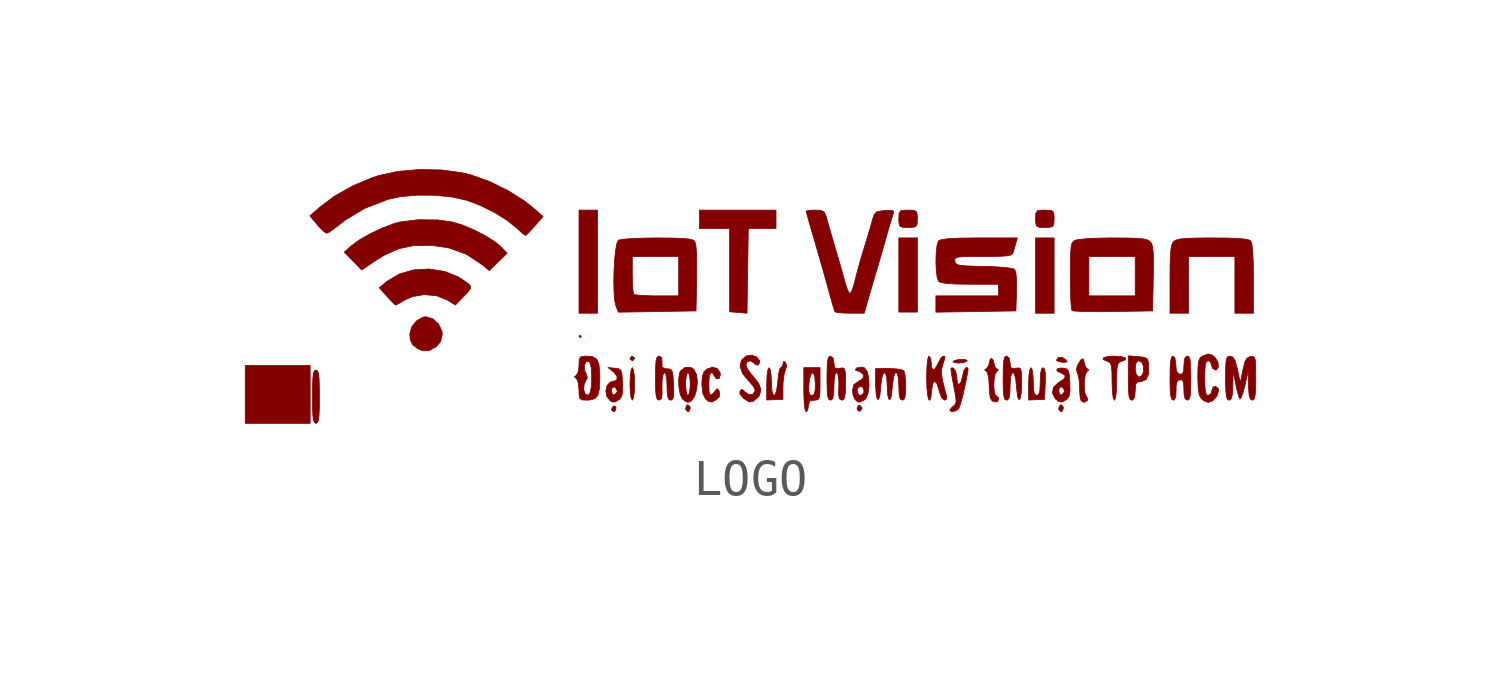
<source format=kicad_sym>
(kicad_symbol_lib
  (version 20210619)
  (generator bitmap2component)
  (symbol "LOGO"
    (pin_names
      (offset 1.016))
    (property "Reference" "#G"
      (at 0 3.095 0)
      (effects (font (size 1.27 1.27)) hide))
    (symbol "LOGO_0_0"
      (polyline (pts (xy -12.218 -1.736) (xy -14.018 -1.736) (xy -14.018 -3.344) (xy -12.218 -3.344) (xy -12.218 -1.736)) (stroke (width 0.01)) (fill (type outline)))
      (polyline (pts (xy -12.023 -3.332) (xy -11.992 -3.273) (xy -11.973 -3.145) (xy -11.963 -2.929) (xy -11.96 -2.604) (xy -11.962 -2.341) (xy -11.97 -2.103) (xy -11.986 -1.957) (xy -12.015 -1.885) (xy -12.057 -1.865) (xy -12.091 -1.876) (xy -12.122 -1.936) (xy -12.141 -2.063) (xy -12.151 -2.28) (xy -12.153 -2.604) (xy -12.152 -2.868) (xy -12.144 -3.106) (xy -12.127 -3.251) (xy -12.099 -3.324) (xy -12.057 -3.344) (xy -12.023 -3.332)) (stroke (width 0.01)) (fill (type outline)))
      (polyline (pts (xy -3.763 -3.01) (xy -3.73 -2.922) (xy -3.739 -2.876) (xy -3.794 -2.861) (xy -3.812 -2.875) (xy -3.858 -2.962) (xy -3.856 -2.976) (xy -3.794 -3.022) (xy -3.763 -3.01)) (stroke (width 0.01)) (fill (type outline)))
      (polyline (pts (xy -1.707 -3.011) (xy -1.672 -2.926) (xy -1.679 -2.881) (xy -1.736 -2.829) (xy -1.766 -2.84) (xy -1.8 -2.926) (xy -1.793 -2.97) (xy -1.736 -3.022) (xy -1.707 -3.011)) (stroke (width 0.01)) (fill (type outline)))
      (polyline (pts (xy 1.586 -2.982) (xy 1.608 -2.861) (xy 1.608 -2.832) (xy 1.646 -2.727) (xy 1.768 -2.701) (xy 1.811 -2.7) (xy 1.878 -2.682) (xy 1.913 -2.62) (xy 1.927 -2.486) (xy 1.929 -2.251) (xy 1.929 -1.8) (xy 1.479 -1.8) (xy 1.479 -2.411) (xy 1.479 -2.461) (xy 1.617 -2.461) (xy 1.62 -2.272) (xy 1.64 -2.108) (xy 1.686 -1.968) (xy 1.739 -1.943) (xy 1.782 -2.034) (xy 1.8 -2.245) (xy 1.793 -2.432) (xy 1.762 -2.541) (xy 1.7 -2.572) (xy 1.645 -2.551) (xy 1.617 -2.461) (xy 1.479 -2.461) (xy 1.48 -2.533) (xy 1.491 -2.792) (xy 1.513 -2.961) (xy 1.543 -3.022) (xy 1.586 -2.982)) (stroke (width 0.01)) (fill (type outline)))
      (polyline (pts (xy 3.046 -3.001) (xy 3.096 -2.926) (xy 3.094 -2.908) (xy 3.027 -2.842) (xy 2.991 -2.846) (xy 2.958 -2.926) (xy 2.968 -2.979) (xy 3.027 -3.01) (xy 3.046 -3.001)) (stroke (width 0.01)) (fill (type outline)))
      (polyline (pts (xy 5.682 -3.004) (xy 5.772 -2.942) (xy 5.78 -2.929) (xy 5.827 -2.808) (xy 5.884 -2.604) (xy 5.941 -2.356) (xy 5.972 -2.206) (xy 6.014 -1.995) (xy 6.035 -1.873) (xy 6.035 -1.817) (xy 6.016 -1.8) (xy 5.981 -1.8) (xy 5.966 -1.807) (xy 5.916 -1.896) (xy 5.877 -2.057) (xy 5.842 -2.198) (xy 5.788 -2.271) (xy 5.742 -2.225) (xy 5.723 -2.058) (xy 5.722 -2.032) (xy 5.69 -1.894) (xy 5.629 -1.807) (xy 5.563 -1.81) (xy 5.561 -1.815) (xy 5.567 -1.904) (xy 5.595 -2.08) (xy 5.639 -2.311) (xy 5.657 -2.398) (xy 5.695 -2.612) (xy 5.705 -2.741) (xy 5.684 -2.814) (xy 5.633 -2.864) (xy 5.575 -2.914) (xy 5.53 -2.981) (xy 5.53 -2.986) (xy 5.582 -3.022) (xy 5.682 -3.004)) (stroke (width 0.01)) (fill (type outline)))
      (polyline (pts (xy 8.646 -3.011) (xy 8.681 -2.926) (xy 8.674 -2.881) (xy 8.617 -2.829) (xy 8.587 -2.84) (xy 8.552 -2.926) (xy 8.56 -2.97) (xy 8.617 -3.022) (xy 8.646 -3.011)) (stroke (width 0.01)) (fill (type outline)))
      (polyline (pts (xy -3.642 -2.683) (xy -3.628 -2.672) (xy -3.57 -2.589) (xy -3.546 -2.449) (xy -3.549 -2.217) (xy -3.551 -2.183) (xy -3.566 -1.984) (xy -3.595 -1.877) (xy -3.654 -1.831) (xy -3.762 -1.814) (xy -3.955 -1.796) (xy -3.801 -1.918) (xy -3.781 -1.935) (xy -3.698 -2.053) (xy -3.714 -2.147) (xy -3.828 -2.186) (xy -3.888 -2.199) (xy -3.978 -2.292) (xy -4.013 -2.44) (xy -4.012 -2.443) (xy -3.858 -2.443) (xy -3.842 -2.361) (xy -3.778 -2.331) (xy -3.748 -2.347) (xy -3.697 -2.443) (xy -3.703 -2.477) (xy -3.778 -2.556) (xy -3.829 -2.546) (xy -3.858 -2.443) (xy -4.012 -2.443) (xy -3.987 -2.596) (xy -3.895 -2.716) (xy -3.844 -2.747) (xy -3.759 -2.754) (xy -3.642 -2.683)) (stroke (width 0.01)) (fill (type outline)))
      (polyline (pts (xy -1.641 -2.725) (xy -1.55 -2.591) (xy -1.492 -2.398) (xy -1.473 -2.183) (xy -1.499 -1.985) (xy -1.577 -1.84) (xy -1.661 -1.789) (xy -1.815 -1.793) (xy -1.944 -1.892) (xy -1.97 -1.951) (xy -1.994 -2.129) (xy -1.99 -2.251) (xy -1.8 -2.251) (xy -1.796 -2.135) (xy -1.773 -1.987) (xy -1.736 -1.929) (xy -1.713 -1.951) (xy -1.683 -2.067) (xy -1.672 -2.251) (xy -1.676 -2.366) (xy -1.7 -2.514) (xy -1.736 -2.572) (xy -1.759 -2.55) (xy -1.789 -2.434) (xy -1.8 -2.251) (xy -1.99 -2.251) (xy -1.986 -2.343) (xy -1.951 -2.54) (xy -1.892 -2.664) (xy -1.821 -2.724) (xy -1.736 -2.765) (xy -1.641 -2.725)) (stroke (width 0.01)) (fill (type outline)))
      (polyline (pts (xy -0.934 -2.678) (xy -0.864 -2.603) (xy -0.862 -2.469) (xy -0.884 -2.417) (xy -0.925 -2.383) (xy -0.992 -2.46) (xy -1.061 -2.54) (xy -1.119 -2.556) (xy -1.149 -2.463) (xy -1.157 -2.251) (xy -1.148 -2.081) (xy -1.114 -1.954) (xy -1.064 -1.932) (xy -1.006 -2.026) (xy -0.946 -2.108) (xy -0.871 -2.103) (xy -0.836 -1.996) (xy -0.84 -1.949) (xy -0.916 -1.827) (xy -1.054 -1.785) (xy -1.212 -1.839) (xy -1.286 -1.909) (xy -1.337 -2.038) (xy -1.35 -2.25) (xy -1.35 -2.267) (xy -1.322 -2.514) (xy -1.249 -2.664) (xy -1.165 -2.737) (xy -1.066 -2.754) (xy -0.934 -2.678)) (stroke (width 0.01)) (fill (type outline)))
      (polyline (pts (xy 0.067 -2.74) (xy 0.196 -2.633) (xy 0.243 -2.579) (xy 0.292 -2.424) (xy 0.232 -2.243) (xy 0.057 -2.022) (xy 0.018 -1.978) (xy -0.087 -1.83) (xy -0.129 -1.717) (xy -0.089 -1.633) (xy 0.006 -1.61) (xy 0.096 -1.672) (xy 0.136 -1.716) (xy 0.218 -1.726) (xy 0.257 -1.642) (xy 0.251 -1.602) (xy 0.167 -1.5) (xy 0.026 -1.45) (xy -0.121 -1.475) (xy -0.251 -1.591) (xy -0.29 -1.764) (xy -0.218 -1.966) (xy -0.039 -2.181) (xy -0.022 -2.197) (xy 0.085 -2.325) (xy 0.129 -2.425) (xy 0.126 -2.45) (xy 0.063 -2.535) (xy -0.048 -2.546) (xy -0.154 -2.474) (xy -0.16 -2.465) (xy -0.233 -2.4) (xy -0.29 -2.444) (xy -0.296 -2.526) (xy -0.196 -2.647) (xy -0.179 -2.661) (xy -0.04 -2.749) (xy 0.067 -2.74)) (stroke (width 0.01)) (fill (type outline)))
      (polyline (pts (xy 3.155 -2.699) (xy 3.195 -2.663) (xy 3.26 -2.517) (xy 3.289 -2.313) (xy 3.283 -2.096) (xy 3.241 -1.913) (xy 3.163 -1.807) (xy 3.098 -1.783) (xy 2.954 -1.805) (xy 2.933 -1.82) (xy 2.912 -1.866) (xy 3.006 -1.904) (xy 3.046 -1.918) (xy 3.139 -1.999) (xy 3.12 -2.099) (xy 2.99 -2.186) (xy 2.866 -2.272) (xy 2.829 -2.429) (xy 2.831 -2.443) (xy 2.958 -2.443) (xy 2.976 -2.369) (xy 3.054 -2.315) (xy 3.111 -2.339) (xy 3.151 -2.443) (xy 3.133 -2.518) (xy 3.054 -2.572) (xy 2.998 -2.548) (xy 2.958 -2.443) (xy 2.831 -2.443) (xy 2.849 -2.57) (xy 2.906 -2.688) (xy 2.973 -2.747) (xy 3.039 -2.755) (xy 3.155 -2.699)) (stroke (width 0.01)) (fill (type outline)))
      (polyline (pts (xy 6.88 -2.669) (xy 6.873 -2.624) (xy 6.816 -2.572) (xy 6.795 -2.561) (xy 6.763 -2.463) (xy 6.752 -2.304) (xy 6.76 -2.127) (xy 6.787 -1.978) (xy 6.832 -1.902) (xy 6.88 -1.869) (xy 6.832 -1.827) (xy 6.789 -1.788) (xy 6.752 -1.667) (xy 6.741 -1.597) (xy 6.688 -1.543) (xy 6.651 -1.565) (xy 6.623 -1.667) (xy 6.611 -1.739) (xy 6.543 -1.827) (xy 6.496 -1.86) (xy 6.543 -1.902) (xy 6.569 -1.929) (xy 6.609 -2.071) (xy 6.623 -2.315) (xy 6.626 -2.436) (xy 6.652 -2.636) (xy 6.704 -2.722) (xy 6.765 -2.745) (xy 6.856 -2.748) (xy 6.88 -2.669)) (stroke (width 0.01)) (fill (type outline)))
      (polyline (pts (xy 8.769 -2.683) (xy 8.783 -2.672) (xy 8.841 -2.589) (xy 8.865 -2.449) (xy 8.861 -2.217) (xy 8.861 -2.212) (xy 8.846 -2) (xy 8.819 -1.884) (xy 8.764 -1.832) (xy 8.665 -1.812) (xy 8.608 -1.809) (xy 8.505 -1.835) (xy 8.504 -1.892) (xy 8.617 -1.948) (xy 8.636 -1.953) (xy 8.734 -2.018) (xy 8.71 -2.104) (xy 8.569 -2.2) (xy 8.543 -2.213) (xy 8.407 -2.344) (xy 8.387 -2.443) (xy 8.552 -2.443) (xy 8.568 -2.361) (xy 8.633 -2.331) (xy 8.662 -2.347) (xy 8.713 -2.443) (xy 8.707 -2.477) (xy 8.633 -2.556) (xy 8.582 -2.546) (xy 8.552 -2.443) (xy 8.387 -2.443) (xy 8.375 -2.505) (xy 8.457 -2.661) (xy 8.538 -2.732) (xy 8.639 -2.756) (xy 8.769 -2.683)) (stroke (width 0.01)) (fill (type outline)))
      (polyline (pts (xy 9.353 -2.705) (xy 9.362 -2.682) (xy 9.325 -2.605) (xy 9.319 -2.6) (xy 9.278 -2.502) (xy 9.261 -2.333) (xy 9.266 -2.144) (xy 9.293 -1.984) (xy 9.34 -1.902) (xy 9.387 -1.869) (xy 9.34 -1.827) (xy 9.297 -1.788) (xy 9.26 -1.667) (xy 9.259 -1.64) (xy 9.229 -1.553) (xy 9.166 -1.58) (xy 9.083 -1.717) (xy 9.041 -1.84) (xy 9.067 -1.955) (xy 9.089 -1.998) (xy 9.119 -2.148) (xy 9.131 -2.349) (xy 9.134 -2.47) (xy 9.149 -2.638) (xy 9.174 -2.722) (xy 9.26 -2.763) (xy 9.353 -2.705)) (stroke (width 0.01)) (fill (type outline)))
      (polyline (pts (xy 12.827 -2.716) (xy 12.941 -2.59) (xy 12.989 -2.439) (xy 12.972 -2.368) (xy 12.893 -2.315) (xy 12.837 -2.339) (xy 12.796 -2.443) (xy 12.778 -2.518) (xy 12.7 -2.572) (xy 12.663 -2.561) (xy 12.627 -2.494) (xy 12.609 -2.344) (xy 12.604 -2.09) (xy 12.606 -1.905) (xy 12.619 -1.724) (xy 12.649 -1.633) (xy 12.7 -1.608) (xy 12.756 -1.631) (xy 12.796 -1.736) (xy 12.814 -1.811) (xy 12.893 -1.865) (xy 12.936 -1.854) (xy 12.984 -1.771) (xy 12.968 -1.643) (xy 12.888 -1.516) (xy 12.816 -1.453) (xy 12.695 -1.421) (xy 12.535 -1.481) (xy 12.529 -1.484) (xy 12.468 -1.537) (xy 12.432 -1.631) (xy 12.415 -1.794) (xy 12.411 -2.055) (xy 12.411 -2.123) (xy 12.423 -2.393) (xy 12.455 -2.565) (xy 12.512 -2.664) (xy 12.587 -2.723) (xy 12.7 -2.765) (xy 12.827 -2.716)) (stroke (width 0.01)) (fill (type outline)))
      (polyline (pts (xy -4.459 -2.697) (xy -4.317 -2.659) (xy -4.232 -2.56) (xy -4.191 -2.377) (xy -4.18 -2.09) (xy -4.182 -1.945) (xy -4.205 -1.708) (xy -4.264 -1.566) (xy -4.374 -1.497) (xy -4.546 -1.479) (xy -4.596 -1.479) (xy -4.707 -1.497) (xy -4.751 -1.568) (xy -4.758 -1.731) (xy -4.76 -1.779) (xy -4.787 -1.937) (xy -4.839 -2.02) (xy -4.886 -2.053) (xy -4.839 -2.095) (xy -4.821 -2.11) (xy -4.776 -2.227) (xy -4.758 -2.417) (xy -4.627 -2.417) (xy -4.617 -2.262) (xy -4.56 -2.142) (xy -4.525 -2.073) (xy -4.571 -1.945) (xy -4.601 -1.879) (xy -4.613 -1.745) (xy -4.57 -1.644) (xy -4.485 -1.624) (xy -4.453 -1.657) (xy -4.417 -1.811) (xy -4.405 -2.09) (xy -4.41 -2.27) (xy -4.441 -2.478) (xy -4.5 -2.566) (xy -4.586 -2.531) (xy -4.586 -2.53) (xy -4.627 -2.417) (xy -4.758 -2.417) (xy -4.758 -2.417) (xy -4.757 -2.53) (xy -4.739 -2.648) (xy -4.678 -2.693) (xy -4.546 -2.701) (xy -4.459 -2.697)) (stroke (width 0.01)) (fill (type outline)))
      (polyline (pts (xy -3.247 -2.641) (xy -3.224 -2.482) (xy -3.215 -2.251) (xy -3.215 -2.25) (xy -3.224 -2.019) (xy -3.247 -1.86) (xy -3.28 -1.8) (xy -3.28 -1.8) (xy -3.313 -1.86) (xy -3.335 -2.02) (xy -3.344 -2.251) (xy -3.344 -2.251) (xy -3.335 -2.482) (xy -3.312 -2.641) (xy -3.28 -2.701) (xy -3.247 -2.641)) (stroke (width 0.01)) (fill (type outline)))
      (polyline (pts (xy -2.179 -2.693) (xy -2.143 -2.636) (xy -2.13 -2.502) (xy -2.135 -2.267) (xy -2.139 -2.187) (xy -2.153 -1.989) (xy -2.179 -1.883) (xy -2.229 -1.84) (xy -2.315 -1.831) (xy -2.379 -1.827) (xy -2.452 -1.782) (xy -2.455 -1.654) (xy -2.462 -1.52) (xy -2.535 -1.479) (xy -2.557 -1.482) (xy -2.597 -1.519) (xy -2.622 -1.618) (xy -2.633 -1.801) (xy -2.636 -2.09) (xy -2.636 -2.18) (xy -2.631 -2.441) (xy -2.615 -2.599) (xy -2.586 -2.679) (xy -2.54 -2.701) (xy -2.474 -2.666) (xy -2.452 -2.524) (xy -2.457 -2.417) (xy -2.453 -2.159) (xy -2.426 -1.99) (xy -2.379 -1.929) (xy -2.35 -1.97) (xy -2.325 -2.109) (xy -2.315 -2.315) (xy -2.315 -2.38) (xy -2.304 -2.575) (xy -2.273 -2.674) (xy -2.216 -2.701) (xy -2.179 -2.693)) (stroke (width 0.01)) (fill (type outline)))
      (polyline (pts (xy 0.675 -2.688) (xy 0.9 -2.68) (xy 0.9 -2.332) (xy 0.905 -2.201) (xy 0.93 -1.992) (xy 0.971 -1.854) (xy 1.008 -1.752) (xy 0.971 -1.652) (xy 0.92 -1.622) (xy 0.9 -1.691) (xy 0.891 -1.748) (xy 0.839 -1.8) (xy 0.811 -1.836) (xy 0.779 -1.968) (xy 0.759 -2.165) (xy 0.756 -2.202) (xy 0.725 -2.437) (xy 0.68 -2.555) (xy 0.632 -2.555) (xy 0.594 -2.434) (xy 0.579 -2.192) (xy 0.572 -2.013) (xy 0.548 -1.859) (xy 0.514 -1.8) (xy 0.481 -1.859) (xy 0.459 -2.018) (xy 0.45 -2.249) (xy 0.45 -2.697) (xy 0.675 -2.688)) (stroke (width 0.01)) (fill (type outline)))
      (polyline (pts (xy 2.575 -2.691) (xy 2.613 -2.629) (xy 2.631 -2.488) (xy 2.636 -2.243) (xy 2.636 -2.092) (xy 2.63 -1.917) (xy 2.607 -1.831) (xy 2.559 -1.806) (xy 2.476 -1.816) (xy 2.397 -1.826) (xy 2.329 -1.792) (xy 2.315 -1.663) (xy 2.295 -1.536) (xy 2.219 -1.479) (xy 2.204 -1.48) (xy 2.163 -1.515) (xy 2.138 -1.614) (xy 2.126 -1.799) (xy 2.122 -2.09) (xy 2.122 -2.178) (xy 2.128 -2.439) (xy 2.143 -2.599) (xy 2.172 -2.679) (xy 2.219 -2.701) (xy 2.23 -2.7) (xy 2.281 -2.659) (xy 2.308 -2.539) (xy 2.315 -2.315) (xy 2.322 -2.141) (xy 2.345 -1.988) (xy 2.379 -1.929) (xy 2.383 -1.929) (xy 2.431 -1.995) (xy 2.452 -2.182) (xy 2.445 -2.492) (xy 2.444 -2.526) (xy 2.463 -2.661) (xy 2.535 -2.701) (xy 2.575 -2.691)) (stroke (width 0.01)) (fill (type outline)))
      (polyline (pts (xy 4.218 -2.7) (xy 4.272 -2.665) (xy 4.3 -2.55) (xy 4.307 -2.331) (xy 4.303 -2.172) (xy 4.285 -1.99) (xy 4.259 -1.892) (xy 4.205 -1.863) (xy 4.051 -1.834) (xy 3.842 -1.823) (xy 3.472 -1.825) (xy 3.472 -2.263) (xy 3.473 -2.322) (xy 3.488 -2.553) (xy 3.519 -2.674) (xy 3.555 -2.681) (xy 3.59 -2.57) (xy 3.614 -2.336) (xy 3.616 -2.299) (xy 3.647 -2.064) (xy 3.693 -1.946) (xy 3.741 -1.947) (xy 3.779 -2.067) (xy 3.794 -2.309) (xy 3.805 -2.537) (xy 3.834 -2.67) (xy 3.873 -2.682) (xy 3.91 -2.571) (xy 3.935 -2.336) (xy 3.938 -2.299) (xy 3.969 -2.064) (xy 4.014 -1.946) (xy 4.062 -1.947) (xy 4.1 -2.067) (xy 4.115 -2.309) (xy 4.116 -2.364) (xy 4.126 -2.567) (xy 4.156 -2.671) (xy 4.212 -2.701) (xy 4.218 -2.7)) (stroke (width 0.01)) (fill (type outline)))
      (polyline (pts (xy 5.005 -2.626) (xy 5.028 -2.427) (xy 5.029 -2.409) (xy 5.062 -2.231) (xy 5.114 -2.176) (xy 5.174 -2.246) (xy 5.234 -2.44) (xy 5.244 -2.483) (xy 5.308 -2.641) (xy 5.383 -2.701) (xy 5.432 -2.683) (xy 5.442 -2.588) (xy 5.407 -2.468) (xy 5.336 -2.191) (xy 5.302 -1.994) (xy 5.302 -1.848) (xy 5.333 -1.72) (xy 5.359 -1.646) (xy 5.394 -1.53) (xy 5.389 -1.486) (xy 5.345 -1.479) (xy 5.342 -1.479) (xy 5.279 -1.539) (xy 5.209 -1.672) (xy 5.204 -1.683) (xy 5.133 -1.812) (xy 5.072 -1.865) (xy 5.072 -1.865) (xy 5.032 -1.807) (xy 5.016 -1.672) (xy 5.016 -1.669) (xy 4.997 -1.535) (xy 4.951 -1.479) (xy 4.939 -1.489) (xy 4.911 -1.595) (xy 4.894 -1.802) (xy 4.887 -2.09) (xy 4.895 -2.362) (xy 4.915 -2.564) (xy 4.943 -2.682) (xy 4.975 -2.707) (xy 5.005 -2.626)) (stroke (width 0.01)) (fill (type outline)))
      (polyline (pts (xy 7.119 -2.7) (xy 7.169 -2.657) (xy 7.195 -2.535) (xy 7.202 -2.309) (xy 7.202 -2.273) (xy 7.221 -2.045) (xy 7.261 -1.94) (xy 7.309 -1.954) (xy 7.354 -2.087) (xy 7.382 -2.336) (xy 7.388 -2.423) (xy 7.415 -2.618) (xy 7.451 -2.691) (xy 7.486 -2.65) (xy 7.513 -2.499) (xy 7.524 -2.243) (xy 7.523 -2.092) (xy 7.517 -1.917) (xy 7.494 -1.831) (xy 7.446 -1.806) (xy 7.363 -1.816) (xy 7.284 -1.826) (xy 7.217 -1.792) (xy 7.202 -1.663) (xy 7.182 -1.536) (xy 7.106 -1.479) (xy 7.092 -1.48) (xy 7.05 -1.515) (xy 7.025 -1.614) (xy 7.013 -1.799) (xy 7.009 -2.09) (xy 7.009 -2.178) (xy 7.015 -2.439) (xy 7.03 -2.599) (xy 7.06 -2.679) (xy 7.106 -2.701) (xy 7.119 -2.7)) (stroke (width 0.01)) (fill (type outline)))
      (polyline (pts (xy 7.937 -2.688) (xy 8.157 -2.68) (xy 8.178 -2.24) (xy 8.179 -2.216) (xy 8.182 -1.974) (xy 8.162 -1.841) (xy 8.118 -1.8) (xy 8.084 -1.821) (xy 8.049 -1.945) (xy 8.038 -2.186) (xy 8.038 -2.233) (xy 8.028 -2.438) (xy 7.997 -2.542) (xy 7.941 -2.572) (xy 7.93 -2.571) (xy 7.879 -2.531) (xy 7.852 -2.41) (xy 7.845 -2.186) (xy 7.838 -2.012) (xy 7.815 -1.859) (xy 7.781 -1.8) (xy 7.748 -1.859) (xy 7.725 -2.018) (xy 7.716 -2.249) (xy 7.716 -2.697) (xy 7.937 -2.688)) (stroke (width 0.01)) (fill (type outline)))
      (polyline (pts (xy 10.102 -2.699) (xy 10.132 -2.618) (xy 10.152 -2.437) (xy 10.16 -2.18) (xy 10.16 -2.071) (xy 10.167 -1.851) (xy 10.186 -1.721) (xy 10.224 -1.656) (xy 10.289 -1.626) (xy 10.297 -1.624) (xy 10.407 -1.575) (xy 10.402 -1.528) (xy 10.294 -1.493) (xy 10.096 -1.479) (xy 10.084 -1.479) (xy 9.89 -1.494) (xy 9.787 -1.53) (xy 9.787 -1.577) (xy 9.903 -1.626) (xy 9.93 -1.635) (xy 9.984 -1.674) (xy 10.014 -1.76) (xy 10.028 -1.92) (xy 10.031 -2.18) (xy 10.032 -2.231) (xy 10.042 -2.476) (xy 10.064 -2.64) (xy 10.096 -2.701) (xy 10.102 -2.699)) (stroke (width 0.01)) (fill (type outline)))
      (polyline (pts (xy 10.606 -2.696) (xy 10.659 -2.622) (xy 10.674 -2.443) (xy 10.675 -2.423) (xy 10.685 -2.267) (xy 10.731 -2.2) (xy 10.834 -2.186) (xy 10.842 -2.186) (xy 10.98 -2.127) (xy 11.05 -1.962) (xy 11.049 -1.696) (xy 11.045 -1.666) (xy 11.013 -1.562) (xy 10.929 -1.513) (xy 10.755 -1.491) (xy 10.482 -1.472) (xy 10.482 -1.833) (xy 10.674 -1.833) (xy 10.696 -1.667) (xy 10.764 -1.608) (xy 10.854 -1.651) (xy 10.909 -1.777) (xy 10.897 -1.938) (xy 10.848 -2.032) (xy 10.77 -2.062) (xy 10.703 -1.991) (xy 10.674 -1.833) (xy 10.482 -1.833) (xy 10.482 -2.086) (xy 10.482 -2.18) (xy 10.487 -2.44) (xy 10.503 -2.599) (xy 10.532 -2.679) (xy 10.578 -2.701) (xy 10.606 -2.696)) (stroke (width 0.01)) (fill (type outline)))
      (polyline (pts (xy 12.135 -2.699) (xy 12.176 -2.664) (xy 12.202 -2.565) (xy 12.214 -2.381) (xy 12.218 -2.09) (xy 12.217 -2.001) (xy 12.212 -1.74) (xy 12.196 -1.581) (xy 12.167 -1.501) (xy 12.121 -1.479) (xy 12.091 -1.484) (xy 12.04 -1.56) (xy 12.025 -1.741) (xy 12.018 -1.889) (xy 11.985 -1.972) (xy 11.912 -1.981) (xy 11.883 -1.972) (xy 11.818 -1.894) (xy 11.8 -1.719) (xy 11.8 -1.702) (xy 11.777 -1.538) (xy 11.719 -1.479) (xy 11.692 -1.494) (xy 11.661 -1.589) (xy 11.644 -1.782) (xy 11.639 -2.09) (xy 11.639 -2.093) (xy 11.643 -2.388) (xy 11.658 -2.575) (xy 11.685 -2.672) (xy 11.728 -2.701) (xy 11.753 -2.696) (xy 11.799 -2.616) (xy 11.808 -2.429) (xy 11.809 -2.298) (xy 11.839 -2.18) (xy 11.912 -2.135) (xy 11.918 -2.134) (xy 11.985 -2.144) (xy 12.017 -2.226) (xy 12.025 -2.407) (xy 12.029 -2.536) (xy 12.058 -2.663) (xy 12.121 -2.701) (xy 12.135 -2.699)) (stroke (width 0.01)) (fill (type outline)))
      (polyline (pts (xy 13.937 -2.699) (xy 13.977 -2.663) (xy 14.002 -2.563) (xy 14.015 -2.378) (xy 14.018 -2.085) (xy 14.018 -2.011) (xy 14.016 -1.753) (xy 14.006 -1.595) (xy 13.983 -1.514) (xy 13.941 -1.487) (xy 13.875 -1.491) (xy 13.85 -1.495) (xy 13.769 -1.542) (xy 13.712 -1.655) (xy 13.661 -1.865) (xy 13.591 -2.219) (xy 13.511 -1.849) (xy 13.498 -1.794) (xy 13.444 -1.601) (xy 13.384 -1.505) (xy 13.306 -1.479) (xy 13.254 -1.487) (xy 13.216 -1.528) (xy 13.194 -1.626) (xy 13.184 -1.806) (xy 13.182 -2.09) (xy 13.182 -2.178) (xy 13.188 -2.439) (xy 13.204 -2.599) (xy 13.233 -2.679) (xy 13.279 -2.701) (xy 13.292 -2.7) (xy 13.343 -2.655) (xy 13.371 -2.529) (xy 13.383 -2.299) (xy 13.392 -1.897) (xy 13.464 -2.262) (xy 13.498 -2.42) (xy 13.543 -2.587) (xy 13.578 -2.668) (xy 13.611 -2.634) (xy 13.661 -2.503) (xy 13.715 -2.303) (xy 13.81 -1.897) (xy 13.818 -2.299) (xy 13.819 -2.357) (xy 13.834 -2.564) (xy 13.866 -2.67) (xy 13.922 -2.701) (xy 13.937 -2.699)) (stroke (width 0.01)) (fill (type outline)))
      (polyline (pts (xy 5.925 -1.655) (xy 6.008 -1.615) (xy 6.01 -1.599) (xy 5.949 -1.573) (xy 5.831 -1.57) (xy 5.705 -1.587) (xy 5.62 -1.625) (xy 5.617 -1.628) (xy 5.65 -1.659) (xy 5.773 -1.672) (xy 5.774 -1.672) (xy 5.925 -1.655)) (stroke (width 0.01)) (fill (type outline)))
      (polyline (pts (xy 8.783 -1.631) (xy 8.727 -1.562) (xy 8.639 -1.51) (xy 8.535 -1.518) (xy 8.488 -1.595) (xy 8.532 -1.628) (xy 8.656 -1.649) (xy 8.738 -1.652) (xy 8.783 -1.631)) (stroke (width 0.01)) (fill (type outline)))
      (polyline (pts (xy -3.264 -1.606) (xy -3.215 -1.543) (xy -3.217 -1.528) (xy -3.28 -1.479) (xy -3.295 -1.481) (xy -3.344 -1.543) (xy -3.342 -1.559) (xy -3.28 -1.608) (xy -3.264 -1.606)) (stroke (width 0.01)) (fill (type outline)))
      (polyline (pts (xy -8.918 -1.329) (xy -8.722 -1.217) (xy -8.596 -1.075) (xy -8.552 -0.868) (xy -8.563 -0.781) (xy -8.656 -0.588) (xy -8.815 -0.443) (xy -9.003 -0.386) (xy -9.084 -0.397) (xy -9.262 -0.497) (xy -9.398 -0.664) (xy -9.452 -0.857) (xy -9.44 -1.016) (xy -9.375 -1.162) (xy -9.228 -1.274) (xy -9.1 -1.33) (xy -8.918 -1.329)) (stroke (width 0.01)) (fill (type outline)))
      (polyline (pts (xy -4.694 -0.932) (xy -4.726 -0.9) (xy -4.758 -0.932) (xy -4.726 -0.965) (xy -4.694 -0.932)) (stroke (width 0.01)) (fill (type outline)))
      (polyline (pts (xy -4.244 2.572) (xy -4.758 2.572) (xy -4.758 -0.289) (xy -4.244 -0.289) (xy -4.244 2.572)) (stroke (width 0.01)) (fill (type outline)))
      (polyline (pts (xy -0.079 0.884) (xy -0.061 2.058) (xy 0.707 2.058) (xy 0.707 2.572) (xy -1.415 2.572) (xy -1.415 2.058) (xy -0.579 2.058) (xy -0.579 -0.249) (xy -0.338 -0.269) (xy -0.097 -0.289) (xy -0.079 0.884)) (stroke (width 0.01)) (fill (type outline)))
      (polyline (pts (xy 3.246 0.032) (xy 3.263 0.092) (xy 3.333 0.334) (xy 3.421 0.631) (xy 3.509 0.932) (xy 3.533 1.012) (xy 3.629 1.34) (xy 3.723 1.666) (xy 3.797 1.929) (xy 3.859 2.144) (xy 3.919 2.343) (xy 3.959 2.464) (xy 3.966 2.484) (xy 3.967 2.545) (xy 3.895 2.567) (xy 3.724 2.56) (xy 3.655 2.555) (xy 3.509 2.526) (xy 3.434 2.457) (xy 3.387 2.315) (xy 3.372 2.26) (xy 3.315 2.059) (xy 3.236 1.795) (xy 3.149 1.511) (xy 3.119 1.413) (xy 3.028 1.104) (xy 2.948 0.814) (xy 2.893 0.595) (xy 2.858 0.461) (xy 2.805 0.314) (xy 2.761 0.257) (xy 2.743 0.268) (xy 2.689 0.365) (xy 2.635 0.53) (xy 2.615 0.605) (xy 2.552 0.832) (xy 2.47 1.117) (xy 2.382 1.415) (xy 2.341 1.555) (xy 2.254 1.852) (xy 2.178 2.115) (xy 2.126 2.299) (xy 2.1 2.394) (xy 2.045 2.516) (xy 1.958 2.564) (xy 1.798 2.572) (xy 1.743 2.571) (xy 1.6 2.562) (xy 1.543 2.544) (xy 1.544 2.541) (xy 1.566 2.457) (xy 1.616 2.276) (xy 1.689 2.024) (xy 1.776 1.724) (xy 1.863 1.425) (xy 1.976 1.033) (xy 2.081 0.661) (xy 2.164 0.36) (xy 2.2 0.229) (xy 2.266 -0.006) (xy 2.317 -0.175) (xy 2.343 -0.251) (xy 2.398 -0.268) (xy 2.55 -0.283) (xy 2.761 -0.289) (xy 3.154 -0.289) (xy 3.246 0.032)) (stroke (width 0.01)) (fill (type outline)))
      (polyline (pts (xy 8.424 1.8) (xy 7.909 1.8) (xy 7.909 -0.289) (xy 8.424 -0.289) (xy 8.424 1.8)) (stroke (width 0.01)) (fill (type outline)))
      (polyline (pts (xy 12.153 1.286) (xy 13.44 1.286) (xy 13.44 -0.289) (xy 13.954 -0.289) (xy 13.954 0.679) (xy 13.949 1.116) (xy 13.935 1.431) (xy 13.911 1.631) (xy 13.877 1.723) (xy 13.875 1.725) (xy 13.78 1.759) (xy 13.577 1.782) (xy 13.259 1.796) (xy 12.82 1.8) (xy 12.673 1.8) (xy 12.322 1.796) (xy 12.072 1.786) (xy 11.906 1.768) (xy 11.801 1.74) (xy 11.74 1.7) (xy 11.73 1.689) (xy 11.692 1.618) (xy 11.666 1.5) (xy 11.65 1.313) (xy 11.641 1.038) (xy 11.639 0.655) (xy 11.639 -0.289) (xy 12.153 -0.289) (xy 12.153 1.286)) (stroke (width 0.01)) (fill (type outline)))
      (polyline (pts (xy -2.589 -0.243) (xy -1.511 -0.225) (xy -1.493 0.699) (xy -1.49 1.039) (xy -1.496 1.383) (xy -1.516 1.606) (xy -1.549 1.711) (xy -1.601 1.744) (xy -1.717 1.771) (xy -1.91 1.788) (xy -2.197 1.797) (xy -2.596 1.8) (xy -2.762 1.798) (xy -3.093 1.791) (xy -3.37 1.777) (xy -3.57 1.759) (xy -3.665 1.738) (xy -3.668 1.736) (xy -3.709 1.643) (xy -3.744 1.452) (xy -3.761 1.286) (xy -3.28 1.286) (xy -1.993 1.286) (xy -1.993 0.193) (xy -2.594 0.193) (xy -2.737 0.194) (xy -2.981 0.203) (xy -3.157 0.217) (xy -3.237 0.236) (xy -3.241 0.244) (xy -3.261 0.348) (xy -3.274 0.539) (xy -3.28 0.782) (xy -3.28 1.286) (xy -3.761 1.286) (xy -3.77 1.193) (xy -3.787 0.896) (xy -3.793 0.591) (xy -3.787 0.306) (xy -3.769 0.072) (xy -3.736 -0.082) (xy -3.667 -0.26) (xy -2.589 -0.243)) (stroke (width 0.01)) (fill (type outline)))
      (polyline (pts (xy 4.63 1.8) (xy 4.115 1.8) (xy 4.115 -0.257) (xy 4.63 -0.257) (xy 4.63 1.8)) (stroke (width 0.01)) (fill (type outline)))
      (polyline (pts (xy 6.253 -0.243) (xy 7.363 -0.225) (xy 7.382 0.316) (xy 7.382 0.325) (xy 7.383 0.616) (xy 7.365 0.824) (xy 7.33 0.926) (xy 7.265 0.952) (xy 7.085 0.979) (xy 6.814 0.999) (xy 6.476 1.011) (xy 6.251 1.015) (xy 5.992 1.024) (xy 5.827 1.038) (xy 5.732 1.063) (xy 5.687 1.1) (xy 5.67 1.155) (xy 5.667 1.204) (xy 5.689 1.243) (xy 5.759 1.267) (xy 5.896 1.28) (xy 6.121 1.285) (xy 6.454 1.286) (xy 6.587 1.286) (xy 6.884 1.29) (xy 7.081 1.3) (xy 7.201 1.319) (xy 7.263 1.351) (xy 7.289 1.399) (xy 7.314 1.488) (xy 7.362 1.656) (xy 7.404 1.8) (xy 6.351 1.8) (xy 6.218 1.8) (xy 5.798 1.794) (xy 5.498 1.78) (xy 5.308 1.756) (xy 5.221 1.723) (xy 5.211 1.71) (xy 5.173 1.58) (xy 5.151 1.374) (xy 5.144 1.13) (xy 5.154 0.892) (xy 5.18 0.698) (xy 5.221 0.592) (xy 5.247 0.576) (xy 5.402 0.541) (xy 5.682 0.521) (xy 6.09 0.514) (xy 6.88 0.514) (xy 6.88 0.193) (xy 5.144 0.193) (xy 5.144 -0.26) (xy 6.253 -0.243)) (stroke (width 0.01)) (fill (type outline)))
      (polyline (pts (xy 10.06 -0.243) (xy 11.157 -0.225) (xy 11.175 0.685) (xy 11.177 0.81) (xy 11.18 1.147) (xy 11.174 1.383) (xy 11.159 1.54) (xy 11.131 1.637) (xy 11.089 1.698) (xy 11.078 1.709) (xy 11.007 1.747) (xy 10.89 1.774) (xy 10.706 1.79) (xy 10.434 1.798) (xy 10.055 1.8) (xy 9.943 1.8) (xy 9.605 1.793) (xy 9.317 1.778) (xy 9.107 1.758) (xy 8.998 1.734) (xy 8.951 1.7) (xy 8.916 1.641) (xy 8.894 1.537) (xy 8.881 1.368) (xy 8.879 1.286) (xy 9.388 1.286) (xy 10.674 1.286) (xy 10.674 0.193) (xy 9.388 0.193) (xy 9.388 1.286) (xy 8.879 1.286) (xy 8.875 1.112) (xy 8.874 0.748) (xy 8.874 0.621) (xy 8.879 0.304) (xy 8.889 0.043) (xy 8.902 -0.139) (xy 8.918 -0.216) (xy 8.967 -0.227) (xy 9.128 -0.237) (xy 9.378 -0.244) (xy 9.696 -0.246) (xy 10.06 -0.243)) (stroke (width 0.01)) (fill (type outline)))
      (polyline (pts (xy -9.832 -0.059) (xy -9.737 -0.009) (xy -9.589 0.079) (xy -9.388 0.17) (xy -9.055 0.227) (xy -8.715 0.197) (xy -8.419 0.081) (xy -8.189 -0.061) (xy -7.951 0.183) (xy -7.84 0.3) (xy -7.768 0.398) (xy -7.767 0.463) (xy -7.827 0.528) (xy -8.092 0.712) (xy -8.487 0.871) (xy -8.915 0.938) (xy -9.346 0.914) (xy -9.75 0.797) (xy -10.096 0.588) (xy -10.299 0.418) (xy -10.085 0.177) (xy -10.007 0.092) (xy -9.899 -0.02) (xy -9.846 -0.064) (xy -9.832 -0.059)) (stroke (width 0.01)) (fill (type outline)))
      (polyline (pts (xy -7 1.134) (xy -6.752 1.376) (xy -6.922 1.553) (xy -7.079 1.685) (xy -7.349 1.857) (xy -7.668 2.022) (xy -7.993 2.158) (xy -8.282 2.244) (xy -8.675 2.299) (xy -9.214 2.306) (xy -9.723 2.243) (xy -9.875 2.202) (xy -10.2 2.082) (xy -10.542 1.921) (xy -10.852 1.744) (xy -11.085 1.573) (xy -11.271 1.406) (xy -11.029 1.158) (xy -10.787 0.91) (xy -10.425 1.157) (xy -10.16 1.322) (xy -9.757 1.501) (xy -9.337 1.588) (xy -8.856 1.594) (xy -8.376 1.526) (xy -7.879 1.345) (xy -7.434 1.049) (xy -7.247 0.893) (xy -7 1.134)) (stroke (width 0.01)) (fill (type outline)))
      (polyline (pts (xy -6.208 1.893) (xy -6.112 1.99) (xy -5.981 2.136) (xy -5.757 2.396) (xy -6.046 2.647) (xy -6.279 2.831) (xy -6.736 3.118) (xy -7.242 3.365) (xy -7.749 3.548) (xy -8.01 3.611) (xy -8.584 3.687) (xy -9.193 3.698) (xy -9.789 3.645) (xy -10.322 3.529) (xy -10.496 3.472) (xy -11.033 3.246) (xy -11.532 2.966) (xy -11.948 2.656) (xy -12.224 2.411) (xy -12.023 2.17) (xy -11.954 2.091) (xy -11.834 1.975) (xy -11.758 1.929) (xy -11.697 1.956) (xy -11.563 2.047) (xy -11.393 2.18) (xy -11.25 2.292) (xy -10.701 2.621) (xy -10.061 2.869) (xy -9.734 2.941) (xy -9.268 2.985) (xy -8.771 2.984) (xy -8.291 2.937) (xy -7.877 2.846) (xy -7.502 2.704) (xy -7.102 2.506) (xy -6.742 2.281) (xy -6.464 2.054) (xy -6.416 2.008) (xy -6.301 1.908) (xy -6.239 1.87) (xy -6.208 1.893)) (stroke (width 0.01)) (fill (type outline)))
      (polyline (pts (xy 4.456 2.091) (xy 4.577 2.108) (xy 4.623 2.177) (xy 4.63 2.331) (xy 4.629 2.409) (xy 4.61 2.523) (xy 4.537 2.566) (xy 4.373 2.572) (xy 4.289 2.572) (xy 4.168 2.554) (xy 4.122 2.485) (xy 4.115 2.331) (xy 4.116 2.253) (xy 4.135 2.139) (xy 4.208 2.096) (xy 4.373 2.09) (xy 4.456 2.091)) (stroke (width 0.01)) (fill (type outline)))
      (polyline (pts (xy 8.25 2.091) (xy 8.371 2.108) (xy 8.417 2.177) (xy 8.424 2.331) (xy 8.423 2.409) (xy 8.404 2.523) (xy 8.331 2.566) (xy 8.167 2.572) (xy 8.083 2.572) (xy 7.962 2.554) (xy 7.916 2.485) (xy 7.909 2.331) (xy 7.91 2.253) (xy 7.929 2.139) (xy 8.002 2.096) (xy 8.167 2.09) (xy 8.25 2.091)) (stroke (width 0.01)) (fill (type outline))))))
</source>
